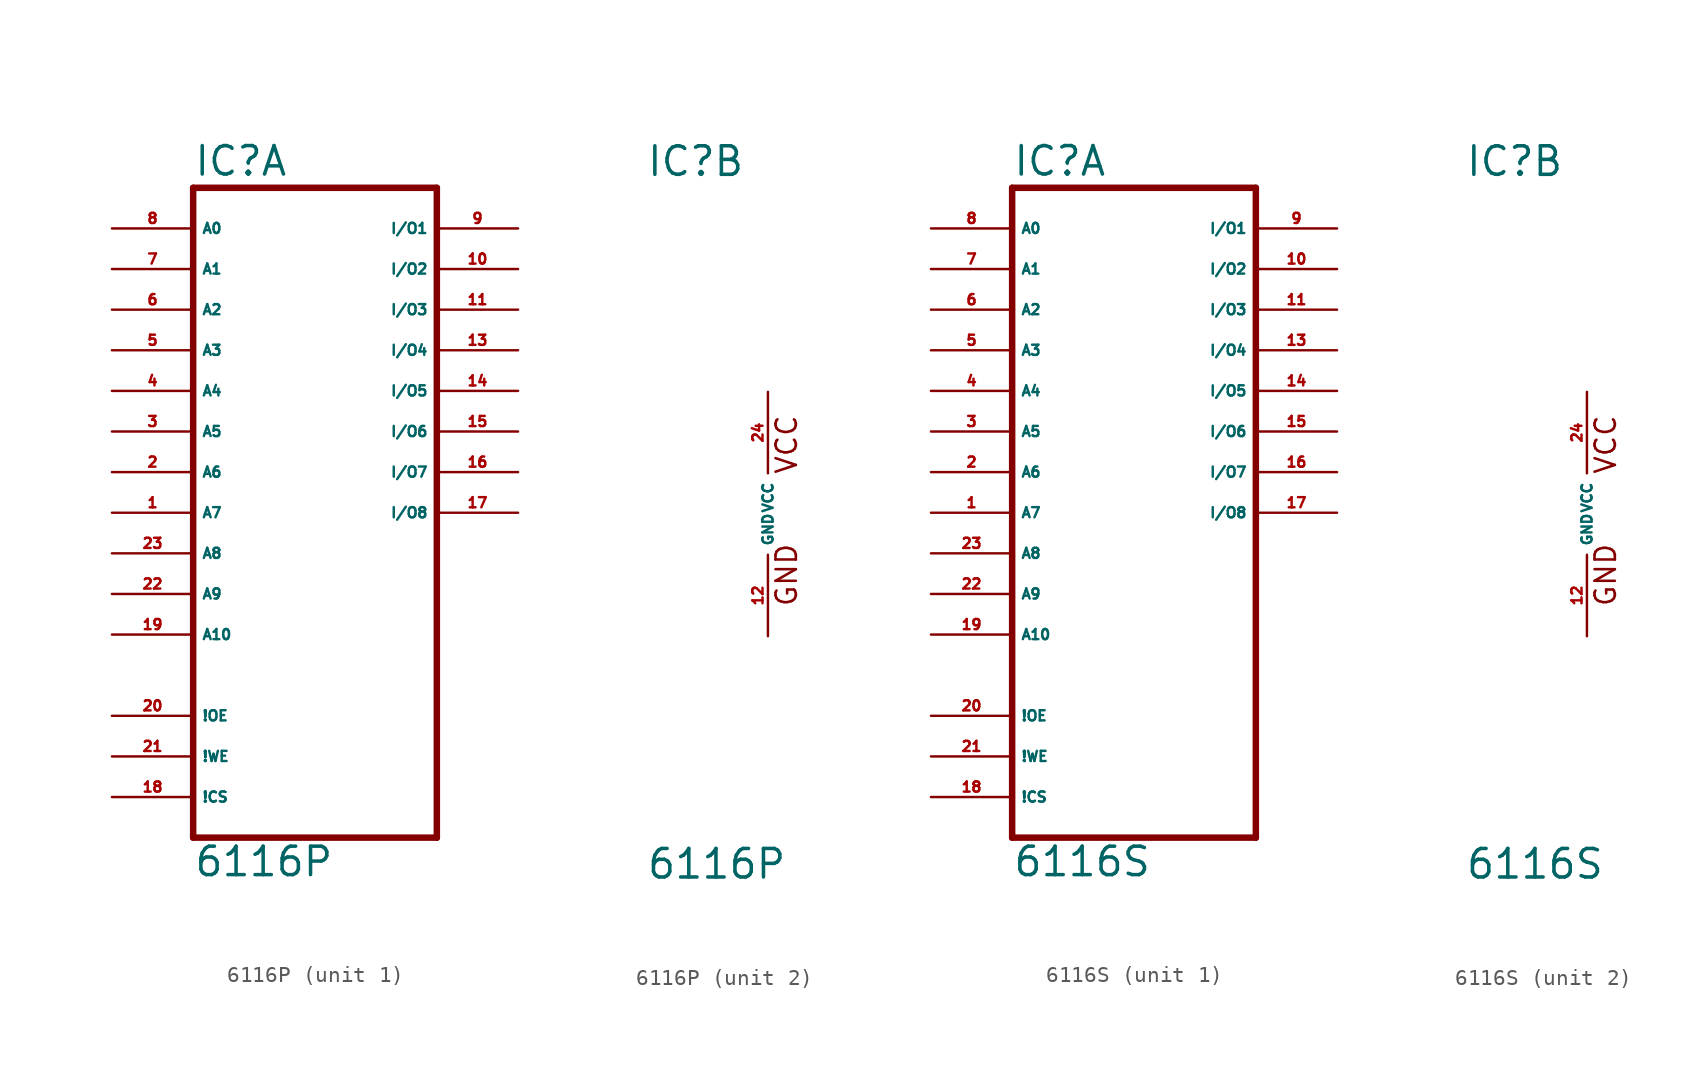
<source format=kicad_sym>
(kicad_symbol_lib
  (version 20220914)
  (generator Eagle2Kicad)
  (symbol "6116P"
    (property "Reference" "IC"
      (at -7.62 20.955 0)
      (effects (font (size 1.778 1.778) (thickness 0.22)) (justify left bottom)))
    (property "Value" "6116P"
      (at -7.62 -22.86 0)
      (effects (font (size 1.778 1.778) (thickness 0.22)) (justify left bottom)))
    (symbol "6116P_1_0"
      (polyline (pts (xy -7.62 -20.32) (xy 7.62 -20.32)) (stroke (width 0.406) (type default)) (fill (type none)))
      (polyline (pts (xy 7.62 -20.32) (xy 7.62 20.32)) (stroke (width 0.406) (type default)) (fill (type none)))
      (polyline (pts (xy 7.62 20.32) (xy -7.62 20.32)) (stroke (width 0.406) (type default)) (fill (type none)))
      (polyline (pts (xy -7.62 20.32) (xy -7.62 -20.32)) (stroke (width 0.406) (type default)) (fill (type none)))
      (pin input line (at -12.7 17.78 0) (length 5.08) (name "A0" (effects (font (size 0.635 0.635) (thickness 0.08)) (justify left bottom))) (number "8" (effects (font (size 0.635 0.635) (thickness 0.08)) (justify left bottom))))
      (pin input line (at -12.7 15.24 0) (length 5.08) (name "A1" (effects (font (size 0.635 0.635) (thickness 0.08)) (justify left bottom))) (number "7" (effects (font (size 0.635 0.635) (thickness 0.08)) (justify left bottom))))
      (pin input line (at -12.7 12.7 0) (length 5.08) (name "A2" (effects (font (size 0.635 0.635) (thickness 0.08)) (justify left bottom))) (number "6" (effects (font (size 0.635 0.635) (thickness 0.08)) (justify left bottom))))
      (pin input line (at -12.7 10.16 0) (length 5.08) (name "A3" (effects (font (size 0.635 0.635) (thickness 0.08)) (justify left bottom))) (number "5" (effects (font (size 0.635 0.635) (thickness 0.08)) (justify left bottom))))
      (pin input line (at -12.7 7.62 0) (length 5.08) (name "A4" (effects (font (size 0.635 0.635) (thickness 0.08)) (justify left bottom))) (number "4" (effects (font (size 0.635 0.635) (thickness 0.08)) (justify left bottom))))
      (pin input line (at -12.7 5.08 0) (length 5.08) (name "A5" (effects (font (size 0.635 0.635) (thickness 0.08)) (justify left bottom))) (number "3" (effects (font (size 0.635 0.635) (thickness 0.08)) (justify left bottom))))
      (pin input line (at -12.7 2.54 0) (length 5.08) (name "A6" (effects (font (size 0.635 0.635) (thickness 0.08)) (justify left bottom))) (number "2" (effects (font (size 0.635 0.635) (thickness 0.08)) (justify left bottom))))
      (pin input line (at -12.7 0 0) (length 5.08) (name "A7" (effects (font (size 0.635 0.635) (thickness 0.08)) (justify left bottom))) (number "1" (effects (font (size 0.635 0.635) (thickness 0.08)) (justify left bottom))))
      (pin input line (at -12.7 -2.54 0) (length 5.08) (name "A8" (effects (font (size 0.635 0.635) (thickness 0.08)) (justify left bottom))) (number "23" (effects (font (size 0.635 0.635) (thickness 0.08)) (justify left bottom))))
      (pin input line (at -12.7 -5.08 0) (length 5.08) (name "A9" (effects (font (size 0.635 0.635) (thickness 0.08)) (justify left bottom))) (number "22" (effects (font (size 0.635 0.635) (thickness 0.08)) (justify left bottom))))
      (pin input line (at -12.7 -7.62 0) (length 5.08) (name "A10" (effects (font (size 0.635 0.635) (thickness 0.08)) (justify left bottom))) (number "19" (effects (font (size 0.635 0.635) (thickness 0.08)) (justify left bottom))))
      (pin input line (at -12.7 -12.7 0) (length 5.08) (name "!OE" (effects (font (size 0.635 0.635) (thickness 0.08)) (justify left bottom))) (number "20" (effects (font (size 0.635 0.635) (thickness 0.08)) (justify left bottom))))
      (pin bidirectional line (at 12.7 7.62 180) (length 5.08) (name "I/O5" (effects (font (size 0.635 0.635) (thickness 0.08)) (justify left bottom))) (number "14" (effects (font (size 0.635 0.635) (thickness 0.08)) (justify left bottom))))
      (pin bidirectional line (at 12.7 5.08 180) (length 5.08) (name "I/O6" (effects (font (size 0.635 0.635) (thickness 0.08)) (justify left bottom))) (number "15" (effects (font (size 0.635 0.635) (thickness 0.08)) (justify left bottom))))
      (pin bidirectional line (at 12.7 2.54 180) (length 5.08) (name "I/O7" (effects (font (size 0.635 0.635) (thickness 0.08)) (justify left bottom))) (number "16" (effects (font (size 0.635 0.635) (thickness 0.08)) (justify left bottom))))
      (pin bidirectional line (at 12.7 0 180) (length 5.08) (name "I/O8" (effects (font (size 0.635 0.635) (thickness 0.08)) (justify left bottom))) (number "17" (effects (font (size 0.635 0.635) (thickness 0.08)) (justify left bottom))))
      (pin input line (at -12.7 -15.24 0) (length 5.08) (name "!WE" (effects (font (size 0.635 0.635) (thickness 0.08)) (justify left bottom))) (number "21" (effects (font (size 0.635 0.635) (thickness 0.08)) (justify left bottom))))
      (pin input line (at -12.7 -17.78 0) (length 5.08) (name "!CS" (effects (font (size 0.635 0.635) (thickness 0.08)) (justify left bottom))) (number "18" (effects (font (size 0.635 0.635) (thickness 0.08)) (justify left bottom))))
      (pin bidirectional line (at 12.7 17.78 180) (length 5.08) (name "I/O1" (effects (font (size 0.635 0.635) (thickness 0.08)) (justify left bottom))) (number "9" (effects (font (size 0.635 0.635) (thickness 0.08)) (justify left bottom))))
      (pin bidirectional line (at 12.7 15.24 180) (length 5.08) (name "I/O2" (effects (font (size 0.635 0.635) (thickness 0.08)) (justify left bottom))) (number "10" (effects (font (size 0.635 0.635) (thickness 0.08)) (justify left bottom))))
      (pin bidirectional line (at 12.7 12.7 180) (length 5.08) (name "I/O3" (effects (font (size 0.635 0.635) (thickness 0.08)) (justify left bottom))) (number "11" (effects (font (size 0.635 0.635) (thickness 0.08)) (justify left bottom))))
      (pin bidirectional line (at 12.7 10.16 180) (length 5.08) (name "I/O4" (effects (font (size 0.635 0.635) (thickness 0.08)) (justify left bottom))) (number "13" (effects (font (size 0.635 0.635) (thickness 0.08)) (justify left bottom)))))
    (symbol "6116P_2_0"
      (text "GND" (at 1.905 -5.842 900) (effects (font (size 1.27 1.27) (thickness 0.16)) (justify left bottom)))
      (text "VCC" (at 1.905 2.413 900) (effects (font (size 1.27 1.27) (thickness 0.16)) (justify left bottom)))
      (pin unspecified line (at 0 7.62 270) (length 5.08) (name "VCC" (effects (font (size 0.635 0.635) (thickness 0.08)) (justify left bottom))) (number "24" (effects (font (size 0.635 0.635) (thickness 0.08)) (justify left bottom))))
      (pin unspecified line (at 0 -7.62 90) (length 5.08) (name "GND" (effects (font (size 0.635 0.635) (thickness 0.08)) (justify left bottom))) (number "12" (effects (font (size 0.635 0.635) (thickness 0.08)) (justify left bottom))))))
  (symbol "6116S"
    (property "Reference" "IC"
      (at -7.62 20.955 0)
      (effects (font (size 1.778 1.778) (thickness 0.22)) (justify left bottom)))
    (property "Value" "6116S"
      (at -7.62 -22.86 0)
      (effects (font (size 1.778 1.778) (thickness 0.22)) (justify left bottom)))
    (symbol "6116S_1_0"
      (polyline (pts (xy -7.62 -20.32) (xy 7.62 -20.32)) (stroke (width 0.406) (type default)) (fill (type none)))
      (polyline (pts (xy 7.62 -20.32) (xy 7.62 20.32)) (stroke (width 0.406) (type default)) (fill (type none)))
      (polyline (pts (xy 7.62 20.32) (xy -7.62 20.32)) (stroke (width 0.406) (type default)) (fill (type none)))
      (polyline (pts (xy -7.62 20.32) (xy -7.62 -20.32)) (stroke (width 0.406) (type default)) (fill (type none)))
      (pin input line (at -12.7 17.78 0) (length 5.08) (name "A0" (effects (font (size 0.635 0.635) (thickness 0.08)) (justify left bottom))) (number "8" (effects (font (size 0.635 0.635) (thickness 0.08)) (justify left bottom))))
      (pin input line (at -12.7 15.24 0) (length 5.08) (name "A1" (effects (font (size 0.635 0.635) (thickness 0.08)) (justify left bottom))) (number "7" (effects (font (size 0.635 0.635) (thickness 0.08)) (justify left bottom))))
      (pin input line (at -12.7 12.7 0) (length 5.08) (name "A2" (effects (font (size 0.635 0.635) (thickness 0.08)) (justify left bottom))) (number "6" (effects (font (size 0.635 0.635) (thickness 0.08)) (justify left bottom))))
      (pin input line (at -12.7 10.16 0) (length 5.08) (name "A3" (effects (font (size 0.635 0.635) (thickness 0.08)) (justify left bottom))) (number "5" (effects (font (size 0.635 0.635) (thickness 0.08)) (justify left bottom))))
      (pin input line (at -12.7 7.62 0) (length 5.08) (name "A4" (effects (font (size 0.635 0.635) (thickness 0.08)) (justify left bottom))) (number "4" (effects (font (size 0.635 0.635) (thickness 0.08)) (justify left bottom))))
      (pin input line (at -12.7 5.08 0) (length 5.08) (name "A5" (effects (font (size 0.635 0.635) (thickness 0.08)) (justify left bottom))) (number "3" (effects (font (size 0.635 0.635) (thickness 0.08)) (justify left bottom))))
      (pin input line (at -12.7 2.54 0) (length 5.08) (name "A6" (effects (font (size 0.635 0.635) (thickness 0.08)) (justify left bottom))) (number "2" (effects (font (size 0.635 0.635) (thickness 0.08)) (justify left bottom))))
      (pin input line (at -12.7 0 0) (length 5.08) (name "A7" (effects (font (size 0.635 0.635) (thickness 0.08)) (justify left bottom))) (number "1" (effects (font (size 0.635 0.635) (thickness 0.08)) (justify left bottom))))
      (pin input line (at -12.7 -2.54 0) (length 5.08) (name "A8" (effects (font (size 0.635 0.635) (thickness 0.08)) (justify left bottom))) (number "23" (effects (font (size 0.635 0.635) (thickness 0.08)) (justify left bottom))))
      (pin input line (at -12.7 -5.08 0) (length 5.08) (name "A9" (effects (font (size 0.635 0.635) (thickness 0.08)) (justify left bottom))) (number "22" (effects (font (size 0.635 0.635) (thickness 0.08)) (justify left bottom))))
      (pin input line (at -12.7 -7.62 0) (length 5.08) (name "A10" (effects (font (size 0.635 0.635) (thickness 0.08)) (justify left bottom))) (number "19" (effects (font (size 0.635 0.635) (thickness 0.08)) (justify left bottom))))
      (pin input line (at -12.7 -12.7 0) (length 5.08) (name "!OE" (effects (font (size 0.635 0.635) (thickness 0.08)) (justify left bottom))) (number "20" (effects (font (size 0.635 0.635) (thickness 0.08)) (justify left bottom))))
      (pin bidirectional line (at 12.7 7.62 180) (length 5.08) (name "I/O5" (effects (font (size 0.635 0.635) (thickness 0.08)) (justify left bottom))) (number "14" (effects (font (size 0.635 0.635) (thickness 0.08)) (justify left bottom))))
      (pin bidirectional line (at 12.7 5.08 180) (length 5.08) (name "I/O6" (effects (font (size 0.635 0.635) (thickness 0.08)) (justify left bottom))) (number "15" (effects (font (size 0.635 0.635) (thickness 0.08)) (justify left bottom))))
      (pin bidirectional line (at 12.7 2.54 180) (length 5.08) (name "I/O7" (effects (font (size 0.635 0.635) (thickness 0.08)) (justify left bottom))) (number "16" (effects (font (size 0.635 0.635) (thickness 0.08)) (justify left bottom))))
      (pin bidirectional line (at 12.7 0 180) (length 5.08) (name "I/O8" (effects (font (size 0.635 0.635) (thickness 0.08)) (justify left bottom))) (number "17" (effects (font (size 0.635 0.635) (thickness 0.08)) (justify left bottom))))
      (pin input line (at -12.7 -15.24 0) (length 5.08) (name "!WE" (effects (font (size 0.635 0.635) (thickness 0.08)) (justify left bottom))) (number "21" (effects (font (size 0.635 0.635) (thickness 0.08)) (justify left bottom))))
      (pin input line (at -12.7 -17.78 0) (length 5.08) (name "!CS" (effects (font (size 0.635 0.635) (thickness 0.08)) (justify left bottom))) (number "18" (effects (font (size 0.635 0.635) (thickness 0.08)) (justify left bottom))))
      (pin bidirectional line (at 12.7 17.78 180) (length 5.08) (name "I/O1" (effects (font (size 0.635 0.635) (thickness 0.08)) (justify left bottom))) (number "9" (effects (font (size 0.635 0.635) (thickness 0.08)) (justify left bottom))))
      (pin bidirectional line (at 12.7 15.24 180) (length 5.08) (name "I/O2" (effects (font (size 0.635 0.635) (thickness 0.08)) (justify left bottom))) (number "10" (effects (font (size 0.635 0.635) (thickness 0.08)) (justify left bottom))))
      (pin bidirectional line (at 12.7 12.7 180) (length 5.08) (name "I/O3" (effects (font (size 0.635 0.635) (thickness 0.08)) (justify left bottom))) (number "11" (effects (font (size 0.635 0.635) (thickness 0.08)) (justify left bottom))))
      (pin bidirectional line (at 12.7 10.16 180) (length 5.08) (name "I/O4" (effects (font (size 0.635 0.635) (thickness 0.08)) (justify left bottom))) (number "13" (effects (font (size 0.635 0.635) (thickness 0.08)) (justify left bottom)))))
    (symbol "6116S_2_0"
      (text "GND" (at 1.905 -5.842 900) (effects (font (size 1.27 1.27) (thickness 0.16)) (justify left bottom)))
      (text "VCC" (at 1.905 2.413 900) (effects (font (size 1.27 1.27) (thickness 0.16)) (justify left bottom)))
      (pin unspecified line (at 0 7.62 270) (length 5.08) (name "VCC" (effects (font (size 0.635 0.635) (thickness 0.08)) (justify left bottom))) (number "24" (effects (font (size 0.635 0.635) (thickness 0.08)) (justify left bottom))))
      (pin unspecified line (at 0 -7.62 90) (length 5.08) (name "GND" (effects (font (size 0.635 0.635) (thickness 0.08)) (justify left bottom))) (number "12" (effects (font (size 0.635 0.635) (thickness 0.08)) (justify left bottom)))))))
</source>
